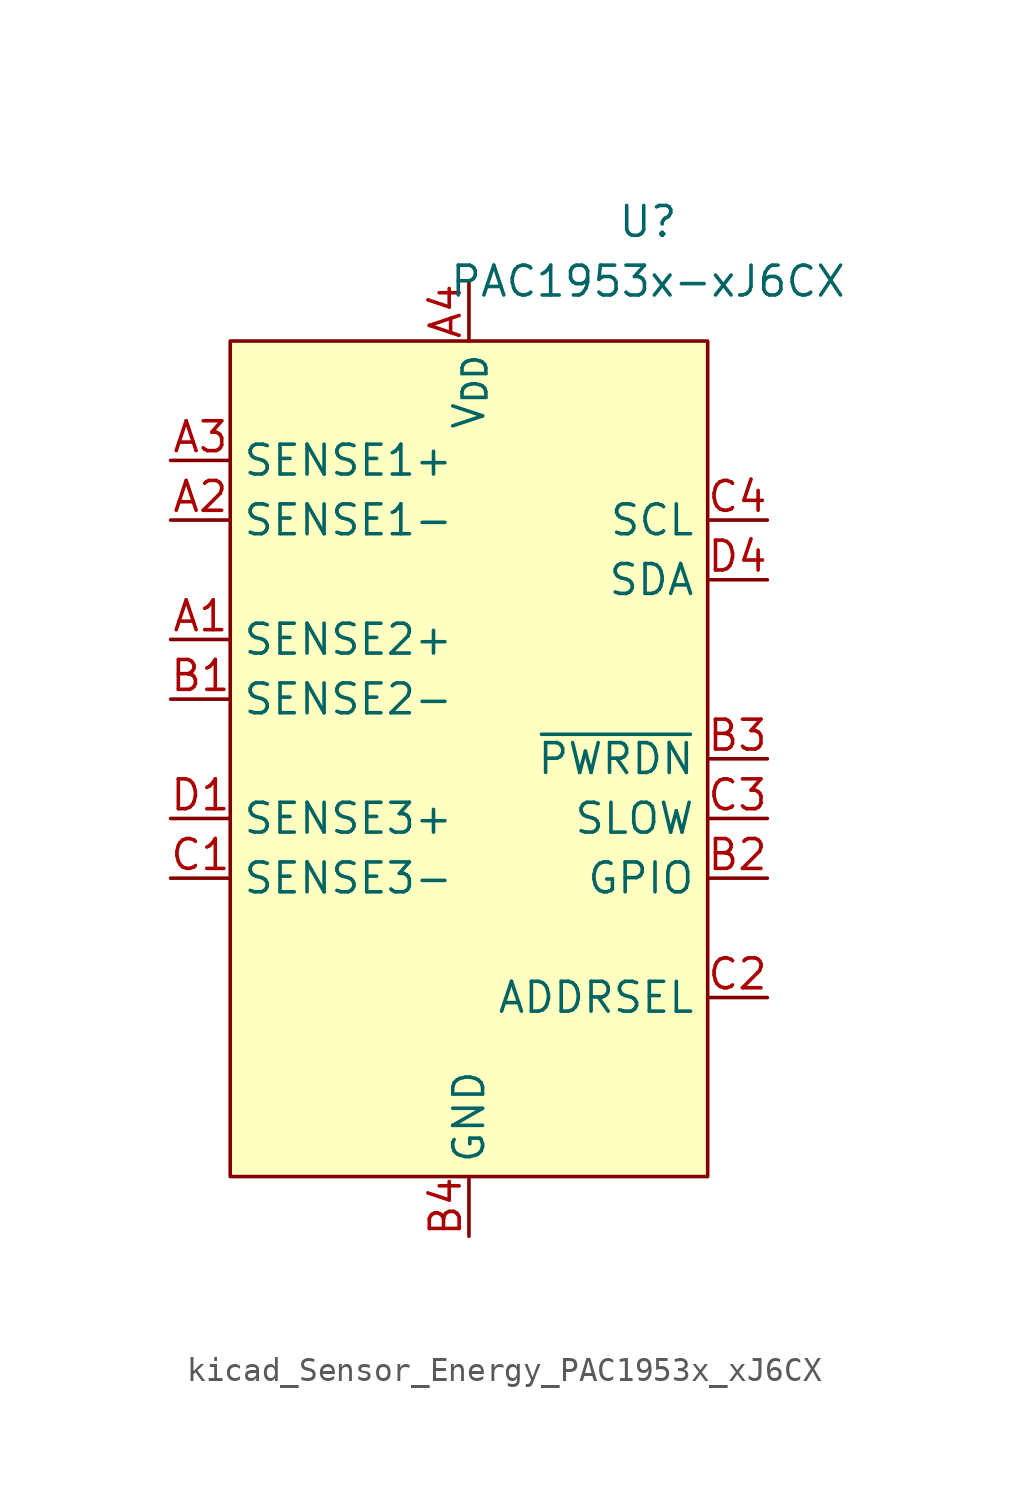
<source format=kicad_sym>
(kicad_symbol_lib
  (version 20220914)
  (generator kicad_symbol_editor)
  (symbol "kicad_Sensor_Energy_PAC1953x_xJ6CX"
    (property "Reference" "U"
      (at 7.62 22.86 0)
      (effects (font (size 1.27 1.27))))
    (property "Value" "PAC1953x-xJ6CX"
      (at 7.62 20.32 0)
      (effects (font (size 1.27 1.27))))
    (symbol "kicad_Sensor_Energy_PAC1953x_xJ6CX_0_0"
      (pin input line (at -12.7 5.08 0) (length 2.54) (name "SENSE2+" (effects (font (size 1.27 1.27)))) (number "A1" (effects (font (size 1.27 1.27)))))
      (pin input line (at -12.7 10.16 0) (length 2.54) (name "SENSE1-" (effects (font (size 1.27 1.27)))) (number "A2" (effects (font (size 1.27 1.27)))))
      (pin input line (at -12.7 12.7 0) (length 2.54) (name "SENSE1+" (effects (font (size 1.27 1.27)))) (number "A3" (effects (font (size 1.27 1.27)))))
      (pin power_in line (at 0 20.32 270) (length 2.54) (name "V_{DD}" (effects (font (size 1.27 1.27)))) (number "A4" (effects (font (size 1.27 1.27)))))
      (pin input line (at -12.7 2.54 0) (length 2.54) (name "SENSE2-" (effects (font (size 1.27 1.27)))) (number "B1" (effects (font (size 1.27 1.27)))))
      (pin bidirectional line (at 12.7 -5.08 180) (length 2.54) (name "GPIO" (effects (font (size 1.27 1.27)))) (number "B2" (effects (font (size 1.27 1.27)))) (alternate "~{ALERT2}" open_collector line))
      (pin input line (at 12.7 0 180) (length 2.54) (name "~{PWRDN}" (effects (font (size 1.27 1.27)))) (number "B3" (effects (font (size 1.27 1.27)))))
      (pin power_in line (at 0 -20.32 90) (length 2.54) (name "GND" (effects (font (size 1.27 1.27)))) (number "B4" (effects (font (size 1.27 1.27)))))
      (pin input line (at -12.7 -5.08 0) (length 2.54) (name "SENSE3-" (effects (font (size 1.27 1.27)))) (number "C1" (effects (font (size 1.27 1.27)))))
      (pin passive line (at 12.7 -10.16 180) (length 2.54) (name "ADDRSEL" (effects (font (size 1.27 1.27)))) (number "C2" (effects (font (size 1.27 1.27)))))
      (pin input line (at 12.7 -2.54 180) (length 2.54) (name "SLOW" (effects (font (size 1.27 1.27)))) (number "C3" (effects (font (size 1.27 1.27)))) (alternate "GPIO" bidirectional line) (alternate "~{ALERT1}" open_collector line))
      (pin input line (at 12.7 10.16 180) (length 2.54) (name "SCL" (effects (font (size 1.27 1.27)))) (number "C4" (effects (font (size 1.27 1.27)))) (alternate "SM_CLK" input line))
      (pin input line (at -12.7 -2.54 0) (length 2.54) (name "SENSE3+" (effects (font (size 1.27 1.27)))) (number "D1" (effects (font (size 1.27 1.27)))))
      (pin passive line (at 0 -20.32 90) (length 2.54) hide (name "GND" (effects (font (size 1.27 1.27)))) (number "D2" (effects (font (size 1.27 1.27)))))
      (pin passive line (at 0 -20.32 90) (length 2.54) hide (name "GND" (effects (font (size 1.27 1.27)))) (number "D3" (effects (font (size 1.27 1.27)))))
      (pin bidirectional line (at 12.7 7.62 180) (length 2.54) (name "SDA" (effects (font (size 1.27 1.27)))) (number "D4" (effects (font (size 1.27 1.27)))) (alternate "SM_DATA" bidirectional line)))
    (symbol "kicad_Sensor_Energy_PAC1953x_xJ6CX_0_1"
      (rectangle (start -10.16 17.78) (end 10.16 -17.78) (stroke (width 0) (type default)) (fill (type background))))))
</source>
